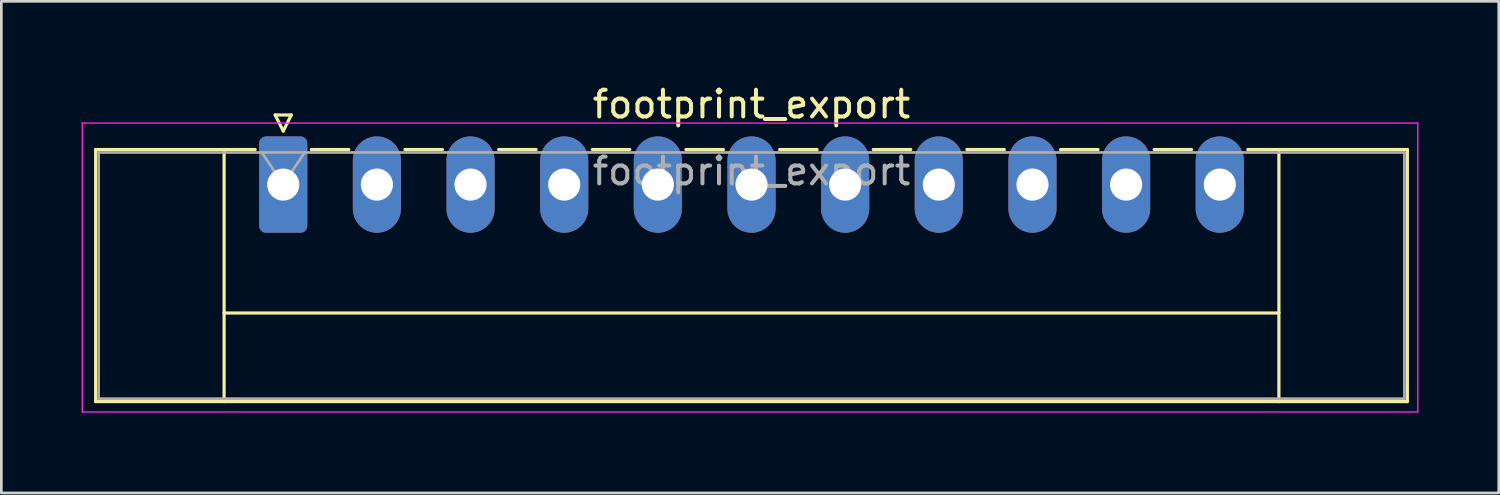
<source format=kicad_pcb>
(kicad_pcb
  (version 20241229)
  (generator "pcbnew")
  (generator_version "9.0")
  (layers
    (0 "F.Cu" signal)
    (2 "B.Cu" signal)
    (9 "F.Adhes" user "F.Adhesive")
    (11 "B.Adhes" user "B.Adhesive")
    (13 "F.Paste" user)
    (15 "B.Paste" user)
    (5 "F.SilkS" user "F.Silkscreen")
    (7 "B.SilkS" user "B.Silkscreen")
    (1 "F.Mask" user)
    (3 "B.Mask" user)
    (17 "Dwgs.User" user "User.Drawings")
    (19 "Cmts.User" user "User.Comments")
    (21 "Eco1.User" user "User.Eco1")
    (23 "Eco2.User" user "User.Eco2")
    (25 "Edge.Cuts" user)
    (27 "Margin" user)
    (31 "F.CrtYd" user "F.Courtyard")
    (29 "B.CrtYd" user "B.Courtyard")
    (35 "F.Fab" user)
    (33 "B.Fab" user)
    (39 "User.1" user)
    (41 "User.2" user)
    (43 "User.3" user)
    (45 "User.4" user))
  (footprint "footprint_export"
    (layer "F.Cu")
    (at 7.535 3.848)
    (property "Reference" "footprint_export" (at 17.5 -3 0) (layer "F.SilkS") (effects (font (size 1 1) (thickness 0.15))))
    (attr through_hole)
    (fp_line (start -7.01 -1.31) (end -7.01 8.11) (stroke (width 0.12) (type solid)) (layer "F.SilkS"))
    (fp_line (start -7.01 -1.31) (end -1.05 -1.31) (stroke (width 0.12) (type solid)) (layer "F.SilkS"))
    (fp_line (start -7.01 8.11) (end 42.01 8.11) (stroke (width 0.12) (type solid)) (layer "F.SilkS"))
    (fp_line (start -2.21 -1.31) (end -2.21 8.11) (stroke (width 0.12) (type solid)) (layer "F.SilkS"))
    (fp_line (start -2.21 4.8) (end 37.21 4.8) (stroke (width 0.12) (type solid)) (layer "F.SilkS"))
    (fp_line (start -0.3 -2.6) (end 0.3 -2.6) (stroke (width 0.12) (type solid)) (layer "F.SilkS"))
    (fp_line (start 0 -2) (end -0.3 -2.6) (stroke (width 0.12) (type solid)) (layer "F.SilkS"))
    (fp_line (start 0.3 -2.6) (end 0 -2) (stroke (width 0.12) (type solid)) (layer "F.SilkS"))
    (fp_line (start 1.05 -1.31) (end 2.45 -1.31) (stroke (width 0.12) (type solid)) (layer "F.SilkS"))
    (fp_line (start 4.55 -1.31) (end 5.95 -1.31) (stroke (width 0.12) (type solid)) (layer "F.SilkS"))
    (fp_line (start 8.05 -1.31) (end 9.45 -1.31) (stroke (width 0.12) (type solid)) (layer "F.SilkS"))
    (fp_line (start 11.55 -1.31) (end 12.95 -1.31) (stroke (width 0.12) (type solid)) (layer "F.SilkS"))
    (fp_line (start 15.05 -1.31) (end 16.45 -1.31) (stroke (width 0.12) (type solid)) (layer "F.SilkS"))
    (fp_line (start 18.55 -1.31) (end 19.95 -1.31) (stroke (width 0.12) (type solid)) (layer "F.SilkS"))
    (fp_line (start 22.05 -1.31) (end 23.45 -1.31) (stroke (width 0.12) (type solid)) (layer "F.SilkS"))
    (fp_line (start 25.55 -1.31) (end 26.95 -1.31) (stroke (width 0.12) (type solid)) (layer "F.SilkS"))
    (fp_line (start 29.05 -1.31) (end 30.45 -1.31) (stroke (width 0.12) (type solid)) (layer "F.SilkS"))
    (fp_line (start 32.55 -1.31) (end 33.95 -1.31) (stroke (width 0.12) (type solid)) (layer "F.SilkS"))
    (fp_line (start 37.21 -1.31) (end 37.21 8.11) (stroke (width 0.12) (type solid)) (layer "F.SilkS"))
    (fp_line (start 42.01 -1.31) (end 36.05 -1.31) (stroke (width 0.12) (type solid)) (layer "F.SilkS"))
    (fp_line (start 42.01 8.11) (end 42.01 -1.31) (stroke (width 0.12) (type solid)) (layer "F.SilkS"))
    (fp_line (start -7.51 -2.3) (end -7.51 8.5) (stroke (width 0.05) (type solid)) (layer "F.CrtYd"))
    (fp_line (start -7.51 8.5) (end 42.4 8.5) (stroke (width 0.05) (type solid)) (layer "F.CrtYd"))
    (fp_line (start 42.4 -2.3) (end -7.51 -2.3) (stroke (width 0.05) (type solid)) (layer "F.CrtYd"))
    (fp_line (start 42.4 8.5) (end 42.4 -2.3) (stroke (width 0.05) (type solid)) (layer "F.CrtYd"))
    (fp_line (start -6.9 -1.2) (end -6.9 8) (stroke (width 0.1) (type solid)) (layer "F.Fab"))
    (fp_line (start -6.9 8) (end 41.9 8) (stroke (width 0.1) (type solid)) (layer "F.Fab"))
    (fp_line (start 0 0) (end -0.8 -1.2) (stroke (width 0.1) (type solid)) (layer "F.Fab"))
    (fp_line (start 0.8 -1.2) (end 0 0) (stroke (width 0.1) (type solid)) (layer "F.Fab"))
    (fp_line (start 41.9 -1.2) (end -6.9 -1.2) (stroke (width 0.1) (type solid)) (layer "F.Fab"))
    (fp_line (start 41.9 8) (end 41.9 -1.2) (stroke (width 0.1) (type solid)) (layer "F.Fab"))
    (fp_text user "${REFERENCE}" (at 17.5 -0.5 0) (layer "F.Fab") (effects (font (size 1 1) (thickness 0.15))))
    (pad "1" thru_hole roundrect (at 0 0) (size 1.8 3.6) (drill 1.2) (layers "*.Cu" "*.Mask") (roundrect_rratio 0.139))
    (pad "2" thru_hole oval (at 3.5 0) (size 1.8 3.6) (drill 1.2) (layers "*.Cu" "*.Mask"))
    (pad "3" thru_hole oval (at 7 0) (size 1.8 3.6) (drill 1.2) (layers "*.Cu" "*.Mask"))
    (pad "4" thru_hole oval (at 10.5 0) (size 1.8 3.6) (drill 1.2) (layers "*.Cu" "*.Mask"))
    (pad "5" thru_hole oval (at 14 0) (size 1.8 3.6) (drill 1.2) (layers "*.Cu" "*.Mask"))
    (pad "6" thru_hole oval (at 17.5 0) (size 1.8 3.6) (drill 1.2) (layers "*.Cu" "*.Mask"))
    (pad "7" thru_hole oval (at 21 0) (size 1.8 3.6) (drill 1.2) (layers "*.Cu" "*.Mask"))
    (pad "8" thru_hole oval (at 24.5 0) (size 1.8 3.6) (drill 1.2) (layers "*.Cu" "*.Mask"))
    (pad "9" thru_hole oval (at 28 0) (size 1.8 3.6) (drill 1.2) (layers "*.Cu" "*.Mask"))
    (pad "10" thru_hole oval (at 31.5 0) (size 1.8 3.6) (drill 1.2) (layers "*.Cu" "*.Mask"))
    (pad "11" thru_hole oval (at 35 0) (size 1.8 3.6) (drill 1.2) (layers "*.Cu" "*.Mask")))
  (gr_rect
    (start -3 -3)
    (end 52.96 15.373)
    (stroke (width 0.1) (type default))
    (fill no)
    (layer "Edge.Cuts")))
</source>
